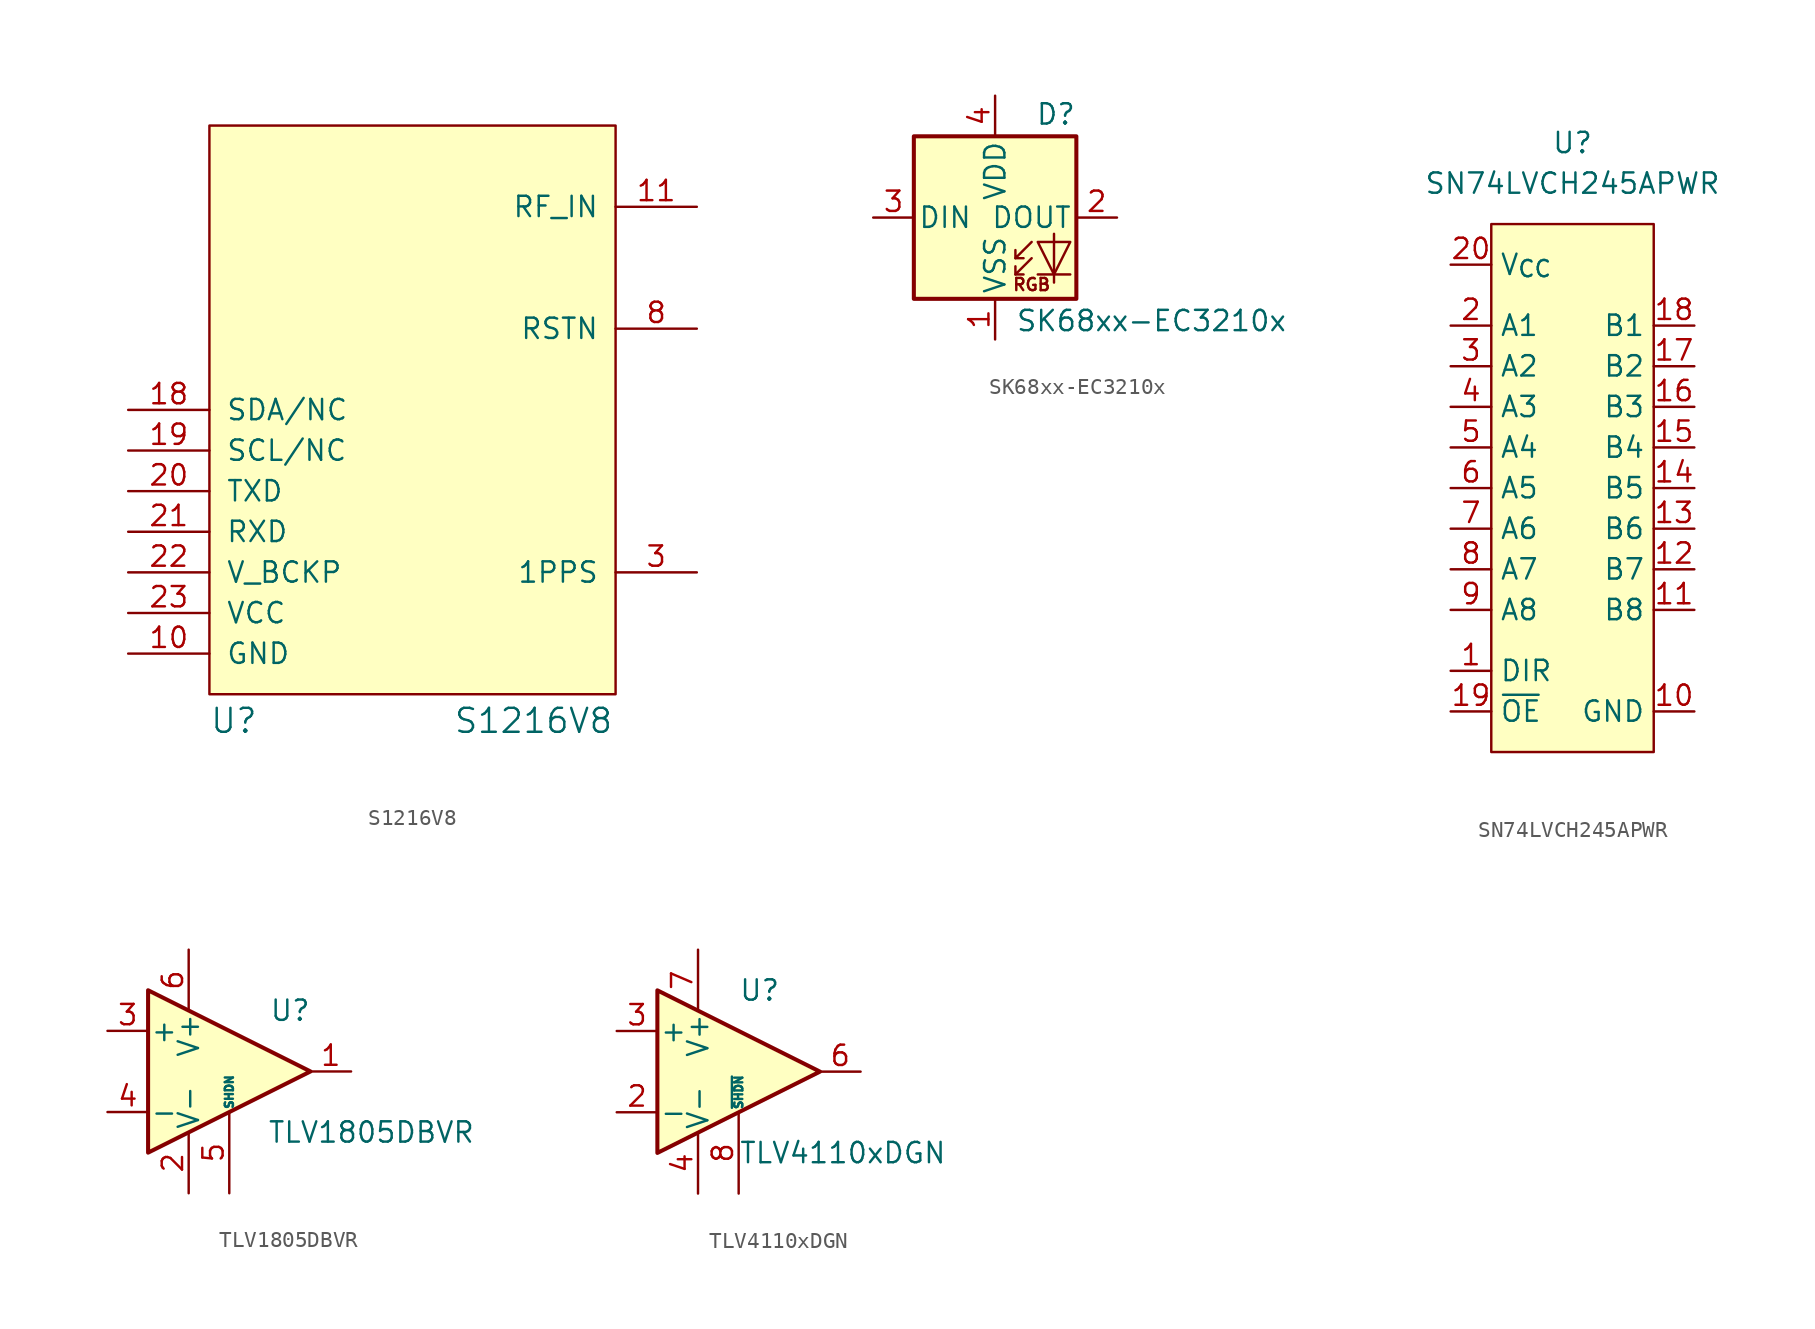
<source format=kicad_sym>
(kicad_symbol_lib
  (version 20220914)
  (generator kicad_symbol_editor)
  (symbol "S1216V8"
    (pin_names
      (offset 1.016))
    (property "Reference" "U"
      (at -12.7 -20.32 0)
      (effects (font (size 1.499 1.499)) (justify left bottom)))
    (property "Value" "S1216V8"
      (at 2.54 -20.32 0)
      (effects (font (size 1.499 1.499)) (justify left bottom)))
    (symbol "S1216V8_1_0"
      (pin bidirectional line (at 17.78 -15.24 180) (length 5.08) hide (name "NC" (effects (font (size 1.27 1.27)))) (number "1" (effects (font (size 1.27 1.27)))))
      (pin bidirectional line (at -17.78 -15.24 0) (length 5.08) (name "GND" (effects (font (size 1.27 1.27)))) (number "10" (effects (font (size 1.27 1.27)))))
      (pin bidirectional line (at 17.78 12.7 180) (length 5.08) (name "RF_IN" (effects (font (size 1.27 1.27)))) (number "11" (effects (font (size 1.27 1.27)))))
      (pin bidirectional line (at -17.78 -15.24 0) (length 5.08) hide (name "GND" (effects (font (size 1.27 1.27)))) (number "12" (effects (font (size 1.27 1.27)))))
      (pin bidirectional line (at -17.78 -15.24 0) (length 5.08) hide (name "GND" (effects (font (size 1.27 1.27)))) (number "13" (effects (font (size 1.27 1.27)))))
      (pin bidirectional line (at 17.78 -15.24 180) (length 5.08) hide (name "NC" (effects (font (size 1.27 1.27)))) (number "14" (effects (font (size 1.27 1.27)))))
      (pin bidirectional line (at 17.78 -15.24 180) (length 5.08) hide (name "NC" (effects (font (size 1.27 1.27)))) (number "15" (effects (font (size 1.27 1.27)))))
      (pin bidirectional line (at 17.78 -15.24 180) (length 5.08) hide (name "NC" (effects (font (size 1.27 1.27)))) (number "16" (effects (font (size 1.27 1.27)))))
      (pin bidirectional line (at 17.78 -15.24 180) (length 5.08) hide (name "NC" (effects (font (size 1.27 1.27)))) (number "17" (effects (font (size 1.27 1.27)))))
      (pin bidirectional line (at -17.78 0 0) (length 5.08) (name "SDA/NC" (effects (font (size 1.27 1.27)))) (number "18" (effects (font (size 1.27 1.27)))))
      (pin bidirectional line (at -17.78 -2.54 0) (length 5.08) (name "SCL/NC" (effects (font (size 1.27 1.27)))) (number "19" (effects (font (size 1.27 1.27)))))
      (pin bidirectional line (at 17.78 -15.24 180) (length 5.08) hide (name "NC" (effects (font (size 1.27 1.27)))) (number "2" (effects (font (size 1.27 1.27)))))
      (pin bidirectional line (at -17.78 -5.08 0) (length 5.08) (name "TXD" (effects (font (size 1.27 1.27)))) (number "20" (effects (font (size 1.27 1.27)))))
      (pin bidirectional line (at -17.78 -7.62 0) (length 5.08) (name "RXD" (effects (font (size 1.27 1.27)))) (number "21" (effects (font (size 1.27 1.27)))))
      (pin bidirectional line (at -17.78 -10.16 0) (length 5.08) (name "V_BCKP" (effects (font (size 1.27 1.27)))) (number "22" (effects (font (size 1.27 1.27)))))
      (pin bidirectional line (at -17.78 -12.7 0) (length 5.08) (name "VCC" (effects (font (size 1.27 1.27)))) (number "23" (effects (font (size 1.27 1.27)))))
      (pin bidirectional line (at -17.78 -15.24 0) (length 5.08) hide (name "GND" (effects (font (size 1.27 1.27)))) (number "24" (effects (font (size 1.27 1.27)))))
      (pin bidirectional line (at 17.78 -10.16 180) (length 5.08) (name "1PPS" (effects (font (size 1.27 1.27)))) (number "3" (effects (font (size 1.27 1.27)))))
      (pin bidirectional line (at 17.78 -15.24 180) (length 5.08) hide (name "NC" (effects (font (size 1.27 1.27)))) (number "4" (effects (font (size 1.27 1.27)))))
      (pin bidirectional line (at 17.78 -15.24 180) (length 5.08) hide (name "NC" (effects (font (size 1.27 1.27)))) (number "5" (effects (font (size 1.27 1.27)))))
      (pin bidirectional line (at 17.78 -15.24 180) (length 5.08) hide (name "NC" (effects (font (size 1.27 1.27)))) (number "6" (effects (font (size 1.27 1.27)))))
      (pin bidirectional line (at 17.78 -15.24 180) (length 5.08) hide (name "NC" (effects (font (size 1.27 1.27)))) (number "7" (effects (font (size 1.27 1.27)))))
      (pin bidirectional line (at 17.78 5.08 180) (length 5.08) (name "RSTN" (effects (font (size 1.27 1.27)))) (number "8" (effects (font (size 1.27 1.27)))))
      (pin bidirectional line (at 17.78 -15.24 180) (length 5.08) hide (name "NC" (effects (font (size 1.27 1.27)))) (number "9" (effects (font (size 1.27 1.27))))))
    (symbol "S1216V8_1_1"
      (rectangle (start -12.7 17.78) (end 12.7 -17.78) (stroke (width 0) (type default)) (fill (type background)))))
  (symbol "SK68xx-EC3210x"
    (pin_names
      (offset 0.254))
    (property "Reference" "D"
      (at 5.08 5.715 0)
      (effects (font (size 1.27 1.27)) (justify right bottom)))
    (property "Value" "SK68xx-EC3210x"
      (at 1.27 -5.715 0)
      (effects (font (size 1.27 1.27)) (justify left top)))
    (symbol "SK68xx-EC3210x_0_0"
      (text "RGB" (at 2.286 -4.191 0) (effects (font (size 0.762 0.762)))))
    (symbol "SK68xx-EC3210x_0_1"
      (polyline (pts (xy 1.27 -3.556) (xy 1.778 -3.556)) (stroke (width 0) (type default)) (fill (type none)))
      (polyline (pts (xy 1.27 -2.54) (xy 1.778 -2.54)) (stroke (width 0) (type default)) (fill (type none)))
      (polyline (pts (xy 4.699 -3.556) (xy 2.667 -3.556)) (stroke (width 0) (type default)) (fill (type none)))
      (polyline (pts (xy 2.286 -2.54) (xy 1.27 -3.556) (xy 1.27 -3.048)) (stroke (width 0) (type default)) (fill (type none)))
      (polyline (pts (xy 2.286 -1.524) (xy 1.27 -2.54) (xy 1.27 -2.032)) (stroke (width 0) (type default)) (fill (type none)))
      (polyline (pts (xy 3.683 -1.016) (xy 3.683 -3.556) (xy 3.683 -4.064)) (stroke (width 0) (type default)) (fill (type none)))
      (polyline (pts (xy 4.699 -1.524) (xy 2.667 -1.524) (xy 3.683 -3.556) (xy 4.699 -1.524)) (stroke (width 0) (type default)) (fill (type none)))
      (rectangle (start 5.08 5.08) (end -5.08 -5.08) (stroke (width 0.254) (type default)) (fill (type background))))
    (symbol "SK68xx-EC3210x_1_1"
      (pin power_in line (at 0 -7.62 90) (length 2.54) (name "VSS" (effects (font (size 1.27 1.27)))) (number "1" (effects (font (size 1.27 1.27)))))
      (pin output line (at 7.62 0 180) (length 2.54) (name "DOUT" (effects (font (size 1.27 1.27)))) (number "2" (effects (font (size 1.27 1.27)))))
      (pin input line (at -7.62 0 0) (length 2.54) (name "DIN" (effects (font (size 1.27 1.27)))) (number "3" (effects (font (size 1.27 1.27)))))
      (pin power_in line (at 0 7.62 270) (length 2.54) (name "VDD" (effects (font (size 1.27 1.27)))) (number "4" (effects (font (size 1.27 1.27)))))))
  (symbol "SN74LVCH245APWR"
    (property "Reference" "U"
      (at 0 5.08 0)
      (effects (font (size 1.27 1.27))))
    (property "Value" "SN74LVCH245APWR"
      (at 0 2.54 0)
      (effects (font (size 1.27 1.27))))
    (symbol "SN74LVCH245APWR_0_0"
      (pin unspecified line (at -7.62 -27.94 0) (length 2.54) (name "DIR" (effects (font (size 1.27 1.27)))) (number "1" (effects (font (size 1.27 1.27)))))
      (pin unspecified line (at 7.62 -30.48 180) (length 2.54) (name "GND" (effects (font (size 1.27 1.27)))) (number "10" (effects (font (size 1.27 1.27)))))
      (pin unspecified line (at 7.62 -24.13 180) (length 2.54) (name "B8" (effects (font (size 1.27 1.27)))) (number "11" (effects (font (size 1.27 1.27)))))
      (pin unspecified line (at 7.62 -21.59 180) (length 2.54) (name "B7" (effects (font (size 1.27 1.27)))) (number "12" (effects (font (size 1.27 1.27)))))
      (pin unspecified line (at 7.62 -19.05 180) (length 2.54) (name "B6" (effects (font (size 1.27 1.27)))) (number "13" (effects (font (size 1.27 1.27)))))
      (pin unspecified line (at 7.62 -16.51 180) (length 2.54) (name "B5" (effects (font (size 1.27 1.27)))) (number "14" (effects (font (size 1.27 1.27)))))
      (pin unspecified line (at 7.62 -13.97 180) (length 2.54) (name "B4" (effects (font (size 1.27 1.27)))) (number "15" (effects (font (size 1.27 1.27)))))
      (pin unspecified line (at 7.62 -11.43 180) (length 2.54) (name "B3" (effects (font (size 1.27 1.27)))) (number "16" (effects (font (size 1.27 1.27)))))
      (pin unspecified line (at 7.62 -8.89 180) (length 2.54) (name "B2" (effects (font (size 1.27 1.27)))) (number "17" (effects (font (size 1.27 1.27)))))
      (pin unspecified line (at 7.62 -6.35 180) (length 2.54) (name "B1" (effects (font (size 1.27 1.27)))) (number "18" (effects (font (size 1.27 1.27)))))
      (pin unspecified line (at -7.62 -30.48 0) (length 2.54) (name "~{OE}" (effects (font (size 1.27 1.27)))) (number "19" (effects (font (size 1.27 1.27)))))
      (pin unspecified line (at -7.62 -6.35 0) (length 2.54) (name "A1" (effects (font (size 1.27 1.27)))) (number "2" (effects (font (size 1.27 1.27)))))
      (pin unspecified line (at -7.62 -2.54 0) (length 2.54) (name "V_{CC}" (effects (font (size 1.27 1.27)))) (number "20" (effects (font (size 1.27 1.27)))))
      (pin unspecified line (at -7.62 -8.89 0) (length 2.54) (name "A2" (effects (font (size 1.27 1.27)))) (number "3" (effects (font (size 1.27 1.27)))))
      (pin unspecified line (at -7.62 -11.43 0) (length 2.54) (name "A3" (effects (font (size 1.27 1.27)))) (number "4" (effects (font (size 1.27 1.27)))))
      (pin unspecified line (at -7.62 -13.97 0) (length 2.54) (name "A4" (effects (font (size 1.27 1.27)))) (number "5" (effects (font (size 1.27 1.27)))))
      (pin unspecified line (at -7.62 -16.51 0) (length 2.54) (name "A5" (effects (font (size 1.27 1.27)))) (number "6" (effects (font (size 1.27 1.27)))))
      (pin unspecified line (at -7.62 -19.05 0) (length 2.54) (name "A6" (effects (font (size 1.27 1.27)))) (number "7" (effects (font (size 1.27 1.27)))))
      (pin unspecified line (at -7.62 -21.59 0) (length 2.54) (name "A7" (effects (font (size 1.27 1.27)))) (number "8" (effects (font (size 1.27 1.27)))))
      (pin unspecified line (at -7.62 -24.13 0) (length 2.54) (name "A8" (effects (font (size 1.27 1.27)))) (number "9" (effects (font (size 1.27 1.27))))))
    (symbol "SN74LVCH245APWR_0_1"
      (rectangle (start -5.08 0) (end 5.08 -33.02) (stroke (width 0) (type default)) (fill (type background)))))
  (symbol "TLV1805DBVR"
    (pin_names
      (offset 0.127))
    (property "Reference" "U"
      (at 3.81 3.81 0)
      (effects (font (size 1.27 1.27))))
    (property "Value" "TLV1805DBVR"
      (at 8.89 -3.81 0)
      (effects (font (size 1.27 1.27))))
    (symbol "TLV1805DBVR_1_1"
      (polyline (pts (xy -5.08 5.08) (xy 5.08 0) (xy -5.08 -5.08) (xy -5.08 5.08)) (stroke (width 0.254) (type default)) (fill (type background)))
      (pin output line (at 7.62 0 180) (length 2.54) (name "~" (effects (font (size 1.27 1.27)))) (number "1" (effects (font (size 1.27 1.27)))))
      (pin power_in line (at -2.54 -7.62 90) (length 3.81) (name "V-" (effects (font (size 1.27 1.27)))) (number "2" (effects (font (size 1.27 1.27)))))
      (pin input line (at -7.62 2.54 0) (length 2.54) (name "+" (effects (font (size 1.27 1.27)))) (number "3" (effects (font (size 1.27 1.27)))))
      (pin input line (at -7.62 -2.54 0) (length 2.54) (name "-" (effects (font (size 1.27 1.27)))) (number "4" (effects (font (size 1.27 1.27)))))
      (pin input line (at 0 -7.62 90) (length 5.08) (name "SHDN" (effects (font (size 0.508 0.508)))) (number "5" (effects (font (size 1.27 1.27)))))
      (pin power_in line (at -2.54 7.62 270) (length 3.81) (name "V+" (effects (font (size 1.27 1.27)))) (number "6" (effects (font (size 1.27 1.27)))))))
  (symbol "TLV4110xDGN"
    (pin_names
      (offset 0.127))
    (property "Reference" "U"
      (at 0 5.08 0)
      (effects (font (size 1.27 1.27)) (justify left)))
    (property "Value" "TLV4110xDGN"
      (at 0 -5.08 0)
      (effects (font (size 1.27 1.27)) (justify left)))
    (symbol "TLV4110xDGN_0_1"
      (polyline (pts (xy -5.08 5.08) (xy 5.08 0) (xy -5.08 -5.08) (xy -5.08 5.08)) (stroke (width 0.254) (type default)) (fill (type background)))
      (pin power_in line (at -2.54 -7.62 90) (length 3.81) (name "V-" (effects (font (size 1.27 1.27)))) (number "4" (effects (font (size 1.27 1.27))))))
    (symbol "TLV4110xDGN_1_0"
      (pin input line (at 0 -7.62 90) (length 5.08) (name "~{SHDN}" (effects (font (size 0.508 0.508)))) (number "8" (effects (font (size 1.27 1.27))))))
    (symbol "TLV4110xDGN_1_1"
      (pin input line (at -7.62 -2.54 0) (length 2.54) (name "-" (effects (font (size 1.27 1.27)))) (number "2" (effects (font (size 1.27 1.27)))))
      (pin input line (at -7.62 2.54 0) (length 2.54) (name "+" (effects (font (size 1.27 1.27)))) (number "3" (effects (font (size 1.27 1.27)))))
      (pin output line (at 7.62 0 180) (length 2.54) (name "~" (effects (font (size 1.27 1.27)))) (number "6" (effects (font (size 1.27 1.27)))))
      (pin power_in line (at -2.54 7.62 270) (length 3.81) (name "V+" (effects (font (size 1.27 1.27)))) (number "7" (effects (font (size 1.27 1.27))))))))
</source>
